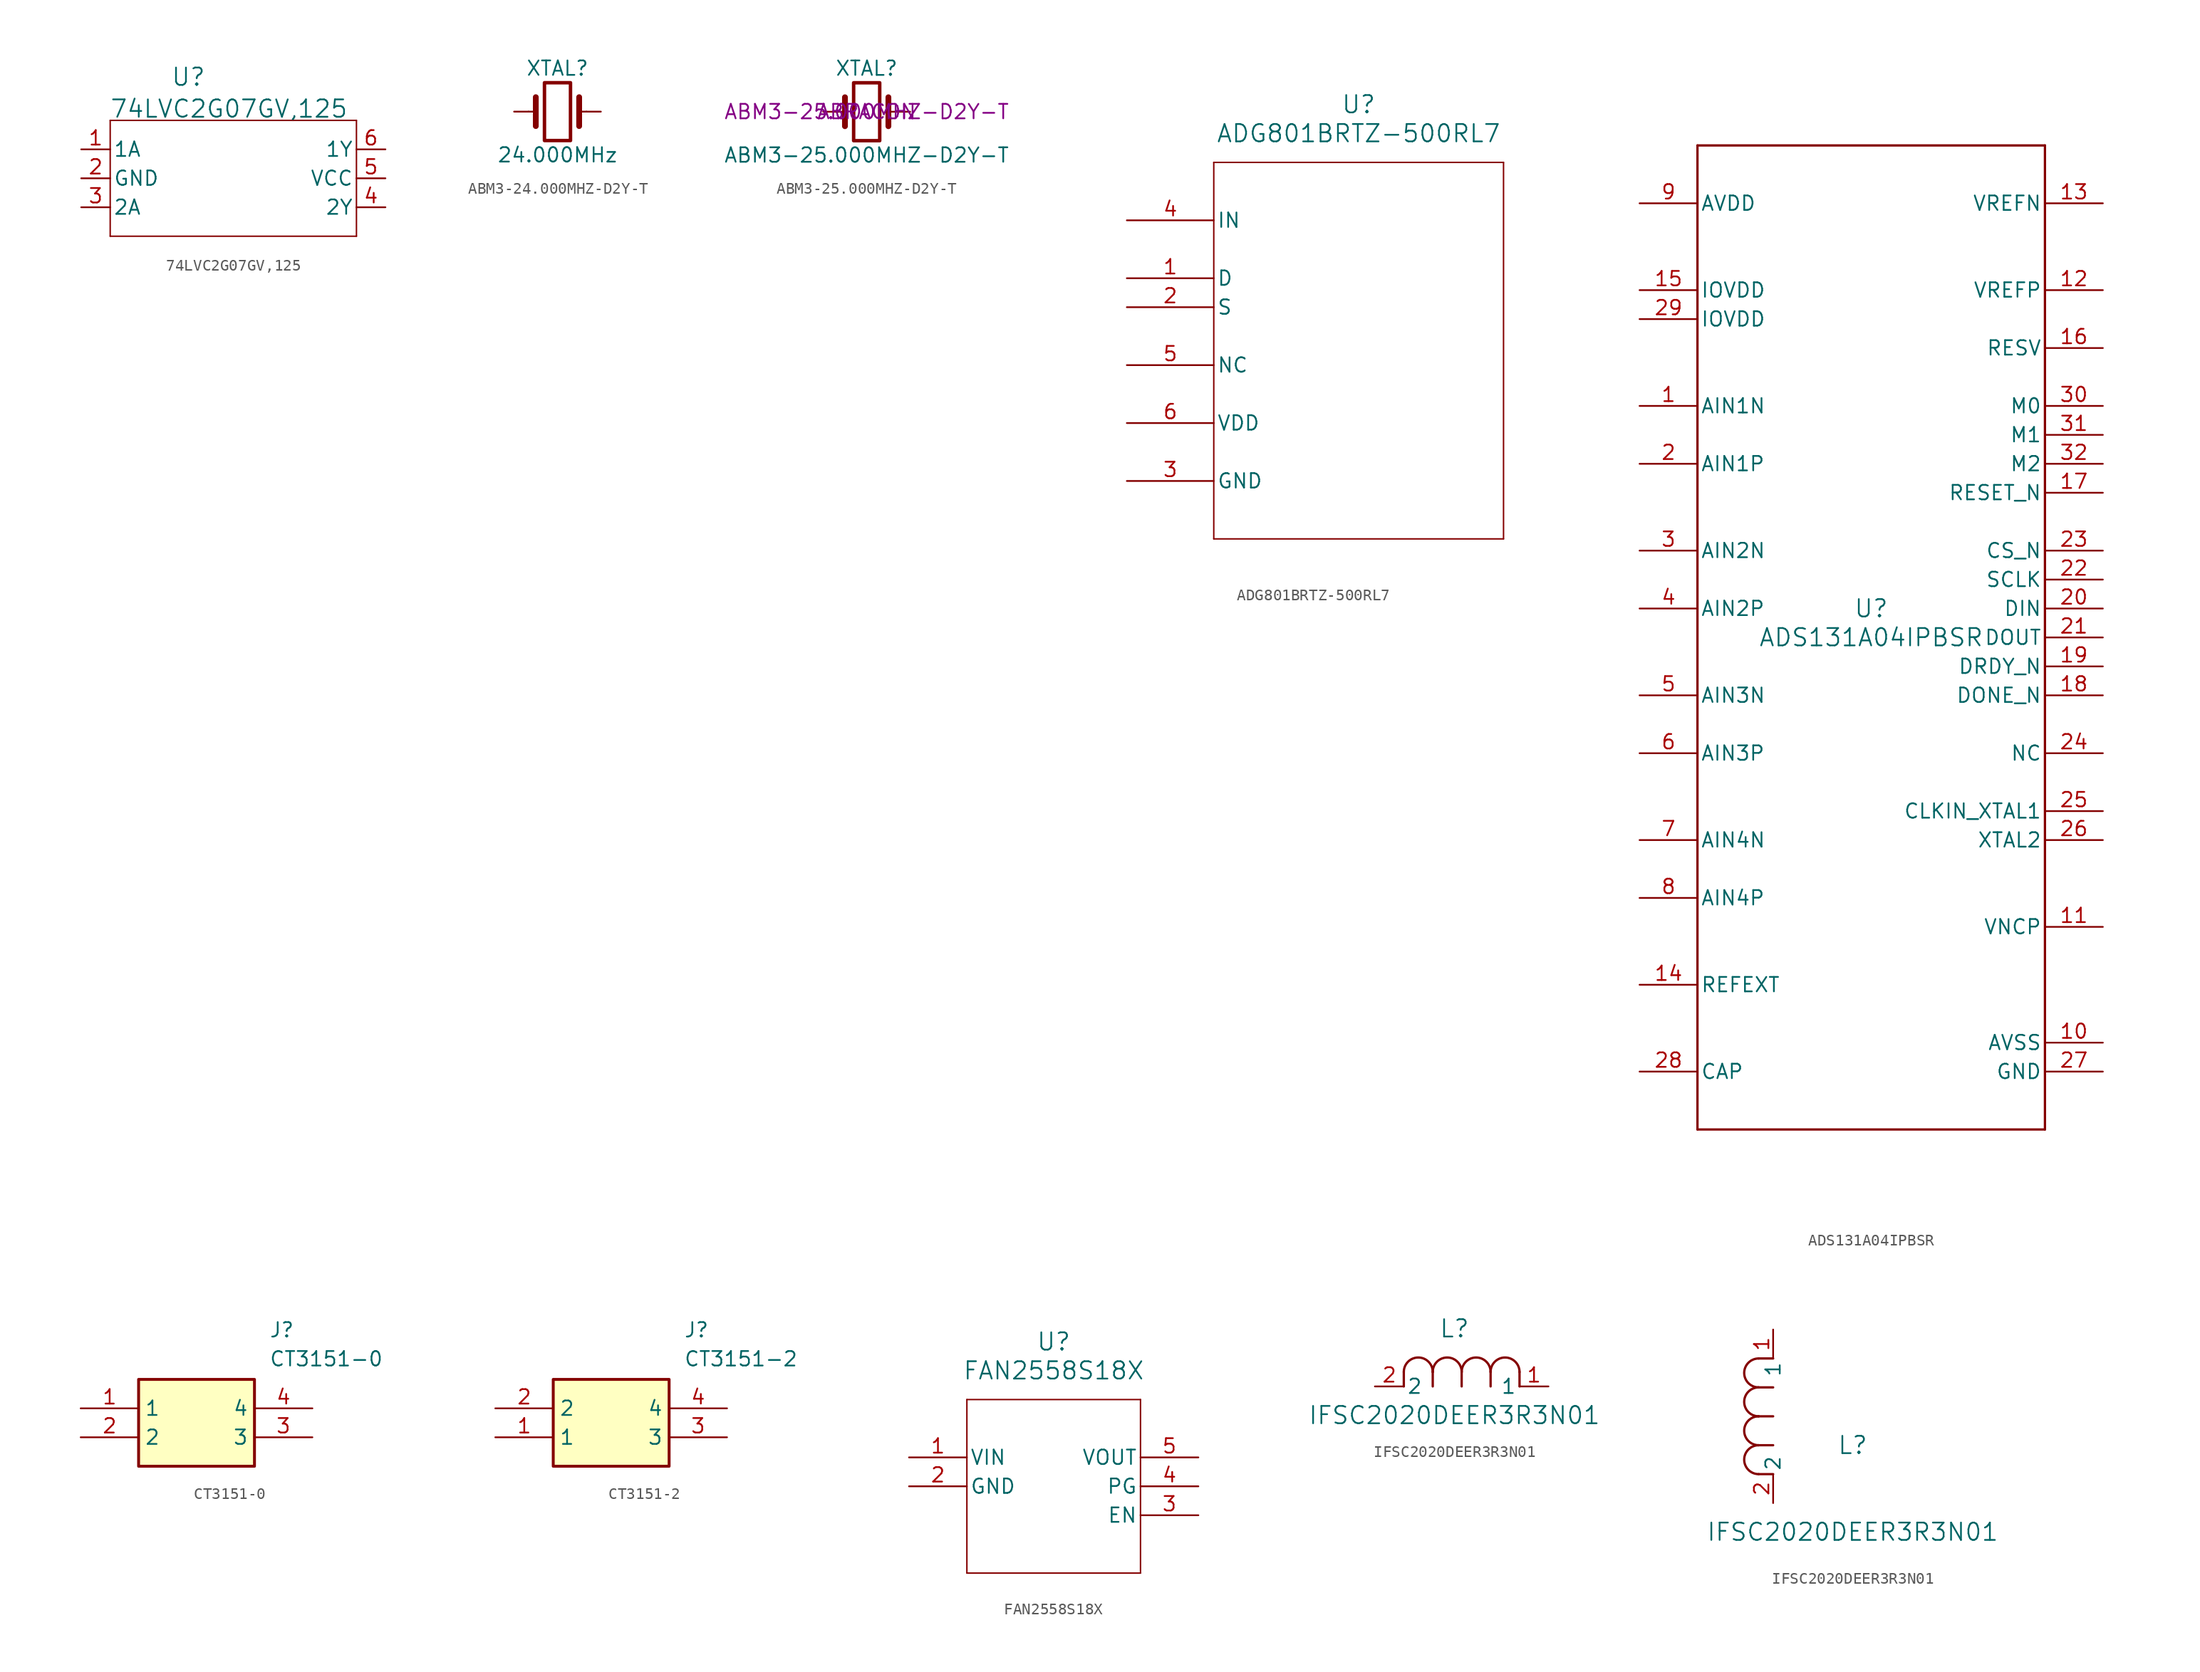
<source format=kicad_sym>
(kicad_symbol_lib
  (version 20241209)
  (generator "kicad_symbol_editor")
  (generator_version "9.0")
  (symbol "74LVC2G07GV,125"
    (pin_names
      (offset 0.254))
    (property "Reference" "U"
      (at 14.478 6.35 0)
      (effects (font (size 1.524 1.524))))
    (property "Value" "74LVC2G07GV,125"
      (at 18.034 3.556 0)
      (effects (font (size 1.524 1.524))))
    (symbol "74LVC2G07GV,125_0_1"
      (polyline (pts (xy 7.62 2.54) (xy 7.62 -7.62)) (stroke (width 0.127) (type default)) (fill (type none)))
      (polyline (pts (xy 7.62 -7.62) (xy 29.21 -7.62)) (stroke (width 0.127) (type default)) (fill (type none)))
      (polyline (pts (xy 29.21 2.54) (xy 7.62 2.54)) (stroke (width 0.127) (type default)) (fill (type none)))
      (polyline (pts (xy 29.21 -7.62) (xy 29.21 2.54)) (stroke (width 0.127) (type default)) (fill (type none)))
      (pin input line (at 5.08 0 0) (length 2.54) (name "1A" (effects (font (size 1.27 1.27)))) (number "1" (effects (font (size 1.27 1.27)))))
      (pin power_out line (at 5.08 -2.54 0) (length 2.54) (name "GND" (effects (font (size 1.27 1.27)))) (number "2" (effects (font (size 1.27 1.27)))))
      (pin input line (at 5.08 -5.08 0) (length 2.54) (name "2A" (effects (font (size 1.27 1.27)))) (number "3" (effects (font (size 1.27 1.27)))))
      (pin output line (at 31.75 0 180) (length 2.54) (name "1Y" (effects (font (size 1.27 1.27)))) (number "6" (effects (font (size 1.27 1.27)))))
      (pin power_in line (at 31.75 -2.54 180) (length 2.54) (name "VCC" (effects (font (size 1.27 1.27)))) (number "5" (effects (font (size 1.27 1.27)))))
      (pin output line (at 31.75 -5.08 180) (length 2.54) (name "2Y" (effects (font (size 1.27 1.27)))) (number "4" (effects (font (size 1.27 1.27)))))))
  (symbol "ABM3-24.000MHZ-D2Y-T"
    (pin_numbers
      (hide yes))
    (pin_names
      (offset 1.016)
      (hide yes))
    (property "Reference" "XTAL"
      (at 0 3.81 0)
      (effects (font (size 1.27 1.27))))
    (property "Value" "24.000MHz"
      (at 0 -3.81 0)
      (effects (font (size 1.27 1.27))))
    (symbol "ABM3-24.000MHZ-D2Y-T_0_1"
      (polyline (pts (xy -2.54 0) (xy -1.905 0)) (stroke (width 0) (type default)) (fill (type none)))
      (polyline (pts (xy -1.905 -1.27) (xy -1.905 1.27)) (stroke (width 0.508) (type default)) (fill (type none)))
      (rectangle (start -1.143 2.54) (end 1.143 -2.54) (stroke (width 0.305) (type default)) (fill (type none)))
      (polyline (pts (xy 1.905 -1.27) (xy 1.905 1.27)) (stroke (width 0.508) (type default)) (fill (type none)))
      (polyline (pts (xy 2.54 0) (xy 1.905 0)) (stroke (width 0) (type default)) (fill (type none))))
    (symbol "ABM3-24.000MHZ-D2Y-T_1_1"
      (pin passive line (at -3.81 0 0) (length 1.27) (name "1" (effects (font (size 1.27 1.27)))) (number "1" (effects (font (size 1.27 1.27)))))
      (pin passive line (at 3.81 0 180) (length 1.27) (name "2" (effects (font (size 1.27 1.27)))) (number "2" (effects (font (size 1.27 1.27)))))))
  (symbol "ABM3-25.000MHZ-D2Y-T"
    (pin_numbers
      (hide yes))
    (pin_names
      (offset 1.016)
      (hide yes))
    (property "Reference" "XTAL"
      (at 0 3.81 0)
      (effects (font (size 1.27 1.27))))
    (property "Value" "ABM3-25.000MHZ-D2Y-T"
      (at 0 -3.81 0)
      (effects (font (size 1.27 1.27))))
    (property "Manufacturer_Name" "ABRACON"
      (at 0 0 0)
      (effects (font (size 1.27 1.27))))
    (property "Manufacturer_Part_Number" "ABM3-25.000MHZ-D2Y-T"
      (at 0 0 0)
      (effects (font (size 1.27 1.27))))
    (symbol "ABM3-25.000MHZ-D2Y-T_0_1"
      (polyline (pts (xy -2.54 0) (xy -1.905 0)) (stroke (width 0) (type default)) (fill (type none)))
      (polyline (pts (xy -1.905 -1.27) (xy -1.905 1.27)) (stroke (width 0.508) (type default)) (fill (type none)))
      (rectangle (start -1.143 2.54) (end 1.143 -2.54) (stroke (width 0.305) (type default)) (fill (type none)))
      (polyline (pts (xy 1.905 -1.27) (xy 1.905 1.27)) (stroke (width 0.508) (type default)) (fill (type none)))
      (polyline (pts (xy 2.54 0) (xy 1.905 0)) (stroke (width 0) (type default)) (fill (type none))))
    (symbol "ABM3-25.000MHZ-D2Y-T_1_1"
      (pin passive line (at -3.81 0 0) (length 1.27) (name "1" (effects (font (size 1.27 1.27)))) (number "1" (effects (font (size 1.27 1.27)))))
      (pin passive line (at 3.81 0 180) (length 1.27) (name "2" (effects (font (size 1.27 1.27)))) (number "2" (effects (font (size 1.27 1.27)))))))
  (symbol "ADG801BRTZ-500RL7"
    (pin_names
      (offset 0.254))
    (property "Reference" "U"
      (at 20.32 10.16 0)
      (effects (font (size 1.524 1.524))))
    (property "Value" "ADG801BRTZ-500RL7"
      (at 20.32 7.62 0)
      (effects (font (size 1.524 1.524))))
    (property "ki_locked" ""
      (at 0 0 0)
      (effects (font (size 1.27 1.27))))
    (symbol "ADG801BRTZ-500RL7_0_1"
      (polyline (pts (xy 7.62 5.08) (xy 7.62 -27.94)) (stroke (width 0.127) (type default)) (fill (type none)))
      (polyline (pts (xy 7.62 -27.94) (xy 33.02 -27.94)) (stroke (width 0.127) (type default)) (fill (type none)))
      (polyline (pts (xy 33.02 5.08) (xy 7.62 5.08)) (stroke (width 0.127) (type default)) (fill (type none)))
      (polyline (pts (xy 33.02 -27.94) (xy 33.02 5.08)) (stroke (width 0.127) (type default)) (fill (type none)))
      (pin unspecified line (at 0 0 0) (length 7.62) (name "IN" (effects (font (size 1.27 1.27)))) (number "4" (effects (font (size 1.27 1.27)))))
      (pin unspecified line (at 0 -5.08 0) (length 7.62) (name "D" (effects (font (size 1.27 1.27)))) (number "1" (effects (font (size 1.27 1.27)))))
      (pin unspecified line (at 0 -7.62 0) (length 7.62) (name "S" (effects (font (size 1.27 1.27)))) (number "2" (effects (font (size 1.27 1.27)))))
      (pin unspecified line (at 0 -12.7 0) (length 7.62) (name "NC" (effects (font (size 1.27 1.27)))) (number "5" (effects (font (size 1.27 1.27)))))
      (pin power_in line (at 0 -17.78 0) (length 7.62) (name "VDD" (effects (font (size 1.27 1.27)))) (number "6" (effects (font (size 1.27 1.27)))))
      (pin unspecified line (at 0 -22.86 0) (length 7.62) (name "GND" (effects (font (size 1.27 1.27)))) (number "3" (effects (font (size 1.27 1.27)))))))
  (symbol "ADS131A04IPBSR"
    (pin_names
      (offset 0.254))
    (property "Reference" "U"
      (at 0 2.54 0)
      (effects (font (size 1.524 1.524))))
    (property "Value" "ADS131A04IPBSR"
      (at 0 0 0)
      (effects (font (size 1.524 1.524))))
    (property "ki_locked" ""
      (at 0 0 0)
      (effects (font (size 1.27 1.27))))
    (symbol "ADS131A04IPBSR_0_1"
      (polyline (pts (xy -15.24 43.18) (xy -15.24 -43.18)) (stroke (width 0.203) (type default)) (fill (type none)))
      (polyline (pts (xy -15.24 -43.18) (xy 15.24 -43.18)) (stroke (width 0.203) (type default)) (fill (type none)))
      (polyline (pts (xy 15.24 43.18) (xy -15.24 43.18)) (stroke (width 0.203) (type default)) (fill (type none)))
      (polyline (pts (xy 15.24 -43.18) (xy 15.24 43.18)) (stroke (width 0.203) (type default)) (fill (type none)))
      (pin power_in line (at -20.32 38.1 0) (length 5.08) (name "AVDD" (effects (font (size 1.27 1.27)))) (number "9" (effects (font (size 1.27 1.27)))))
      (pin power_in line (at -20.32 30.48 0) (length 5.08) (name "IOVDD" (effects (font (size 1.27 1.27)))) (number "15" (effects (font (size 1.27 1.27)))))
      (pin power_in line (at -20.32 27.94 0) (length 5.08) (name "IOVDD" (effects (font (size 1.27 1.27)))) (number "29" (effects (font (size 1.27 1.27)))))
      (pin input line (at -20.32 20.32 0) (length 5.08) (name "AIN1N" (effects (font (size 1.27 1.27)))) (number "1" (effects (font (size 1.27 1.27)))))
      (pin input line (at -20.32 15.24 0) (length 5.08) (name "AIN1P" (effects (font (size 1.27 1.27)))) (number "2" (effects (font (size 1.27 1.27)))))
      (pin input line (at -20.32 7.62 0) (length 5.08) (name "AIN2N" (effects (font (size 1.27 1.27)))) (number "3" (effects (font (size 1.27 1.27)))))
      (pin input line (at -20.32 2.54 0) (length 5.08) (name "AIN2P" (effects (font (size 1.27 1.27)))) (number "4" (effects (font (size 1.27 1.27)))))
      (pin input line (at -20.32 -5.08 0) (length 5.08) (name "AIN3N" (effects (font (size 1.27 1.27)))) (number "5" (effects (font (size 1.27 1.27)))))
      (pin input line (at -20.32 -10.16 0) (length 5.08) (name "AIN3P" (effects (font (size 1.27 1.27)))) (number "6" (effects (font (size 1.27 1.27)))))
      (pin input line (at -20.32 -17.78 0) (length 5.08) (name "AIN4N" (effects (font (size 1.27 1.27)))) (number "7" (effects (font (size 1.27 1.27)))))
      (pin input line (at -20.32 -22.86 0) (length 5.08) (name "AIN4P" (effects (font (size 1.27 1.27)))) (number "8" (effects (font (size 1.27 1.27)))))
      (pin unspecified line (at -20.32 -30.48 0) (length 5.08) (name "REFEXT" (effects (font (size 1.27 1.27)))) (number "14" (effects (font (size 1.27 1.27)))))
      (pin unspecified line (at -20.32 -38.1 0) (length 5.08) (name "CAP" (effects (font (size 1.27 1.27)))) (number "28" (effects (font (size 1.27 1.27)))))
      (pin input line (at 20.32 38.1 180) (length 5.08) (name "VREFN" (effects (font (size 1.27 1.27)))) (number "13" (effects (font (size 1.27 1.27)))))
      (pin input line (at 20.32 30.48 180) (length 5.08) (name "VREFP" (effects (font (size 1.27 1.27)))) (number "12" (effects (font (size 1.27 1.27)))))
      (pin unspecified line (at 20.32 25.4 180) (length 5.08) (name "RESV" (effects (font (size 1.27 1.27)))) (number "16" (effects (font (size 1.27 1.27)))))
      (pin unspecified line (at 20.32 20.32 180) (length 5.08) (name "M0" (effects (font (size 1.27 1.27)))) (number "30" (effects (font (size 1.27 1.27)))))
      (pin unspecified line (at 20.32 17.78 180) (length 5.08) (name "M1" (effects (font (size 1.27 1.27)))) (number "31" (effects (font (size 1.27 1.27)))))
      (pin unspecified line (at 20.32 15.24 180) (length 5.08) (name "M2" (effects (font (size 1.27 1.27)))) (number "32" (effects (font (size 1.27 1.27)))))
      (pin input line (at 20.32 12.7 180) (length 5.08) (name "RESET_N" (effects (font (size 1.27 1.27)))) (number "17" (effects (font (size 1.27 1.27)))))
      (pin input line (at 20.32 7.62 180) (length 5.08) (name "CS_N" (effects (font (size 1.27 1.27)))) (number "23" (effects (font (size 1.27 1.27)))))
      (pin bidirectional line (at 20.32 5.08 180) (length 5.08) (name "SCLK" (effects (font (size 1.27 1.27)))) (number "22" (effects (font (size 1.27 1.27)))))
      (pin input line (at 20.32 2.54 180) (length 5.08) (name "DIN" (effects (font (size 1.27 1.27)))) (number "20" (effects (font (size 1.27 1.27)))))
      (pin output line (at 20.32 0 180) (length 5.08) (name "DOUT" (effects (font (size 1.27 1.27)))) (number "21" (effects (font (size 1.27 1.27)))))
      (pin bidirectional line (at 20.32 -2.54 180) (length 5.08) (name "DRDY_N" (effects (font (size 1.27 1.27)))) (number "19" (effects (font (size 1.27 1.27)))))
      (pin output line (at 20.32 -5.08 180) (length 5.08) (name "DONE_N" (effects (font (size 1.27 1.27)))) (number "18" (effects (font (size 1.27 1.27)))))
      (pin unspecified line (at 20.32 -10.16 180) (length 5.08) (name "NC" (effects (font (size 1.27 1.27)))) (number "24" (effects (font (size 1.27 1.27)))))
      (pin input line (at 20.32 -15.24 180) (length 5.08) (name "CLKIN_XTAL1" (effects (font (size 1.27 1.27)))) (number "25" (effects (font (size 1.27 1.27)))))
      (pin output line (at 20.32 -17.78 180) (length 5.08) (name "XTAL2" (effects (font (size 1.27 1.27)))) (number "26" (effects (font (size 1.27 1.27)))))
      (pin power_in line (at 20.32 -25.4 180) (length 5.08) (name "VNCP" (effects (font (size 1.27 1.27)))) (number "11" (effects (font (size 1.27 1.27)))))
      (pin power_in line (at 20.32 -35.56 180) (length 5.08) (name "AVSS" (effects (font (size 1.27 1.27)))) (number "10" (effects (font (size 1.27 1.27)))))
      (pin power_in line (at 20.32 -38.1 180) (length 5.08) (name "GND" (effects (font (size 1.27 1.27)))) (number "27" (effects (font (size 1.27 1.27)))))))
  (symbol "CT3151-0"
    (property "Reference" "J"
      (at 16.51 7.62 0)
      (effects (font (size 1.27 1.27)) (justify left top)))
    (property "Value" "CT3151-0"
      (at 16.51 5.08 0)
      (effects (font (size 1.27 1.27)) (justify left top)))
    (symbol "CT3151-0_1_1"
      (rectangle (start 5.08 2.54) (end 15.24 -5.08) (stroke (width 0.254) (type default)) (fill (type background)))
      (pin passive line (at 0 0 0) (length 5.08) (name "1" (effects (font (size 1.27 1.27)))) (number "1" (effects (font (size 1.27 1.27)))))
      (pin passive line (at 0 -2.54 0) (length 5.08) (name "2" (effects (font (size 1.27 1.27)))) (number "2" (effects (font (size 1.27 1.27)))))
      (pin passive line (at 20.32 0 180) (length 5.08) (name "4" (effects (font (size 1.27 1.27)))) (number "4" (effects (font (size 1.27 1.27)))))
      (pin passive line (at 20.32 -2.54 180) (length 5.08) (name "3" (effects (font (size 1.27 1.27)))) (number "3" (effects (font (size 1.27 1.27)))))))
  (symbol "CT3151-2"
    (property "Reference" "J"
      (at 16.51 7.62 0)
      (effects (font (size 1.27 1.27)) (justify left top)))
    (property "Value" "CT3151-2"
      (at 16.51 5.08 0)
      (effects (font (size 1.27 1.27)) (justify left top)))
    (symbol "CT3151-2_1_1"
      (rectangle (start 5.08 2.54) (end 15.24 -5.08) (stroke (width 0.254) (type default)) (fill (type background)))
      (pin passive line (at 0 0 0) (length 5.08) (name "2" (effects (font (size 1.27 1.27)))) (number "2" (effects (font (size 1.27 1.27)))))
      (pin passive line (at 0 -2.54 0) (length 5.08) (name "1" (effects (font (size 1.27 1.27)))) (number "1" (effects (font (size 1.27 1.27)))))
      (pin passive line (at 20.32 0 180) (length 5.08) (name "4" (effects (font (size 1.27 1.27)))) (number "4" (effects (font (size 1.27 1.27)))))
      (pin passive line (at 20.32 -2.54 180) (length 5.08) (name "3" (effects (font (size 1.27 1.27)))) (number "3" (effects (font (size 1.27 1.27)))))))
  (symbol "FAN2558S18X"
    (pin_names
      (offset 0.254))
    (property "Reference" "U"
      (at 20.32 10.16 0)
      (effects (font (size 1.524 1.524))))
    (property "Value" "FAN2558S18X"
      (at 20.32 7.62 0)
      (effects (font (size 1.524 1.524))))
    (symbol "FAN2558S18X_0_1"
      (polyline (pts (xy 12.7 5.08) (xy 12.7 -10.16)) (stroke (width 0.127) (type default)) (fill (type none)))
      (polyline (pts (xy 12.7 -10.16) (xy 27.94 -10.16)) (stroke (width 0.127) (type default)) (fill (type none)))
      (polyline (pts (xy 27.94 5.08) (xy 12.7 5.08)) (stroke (width 0.127) (type default)) (fill (type none)))
      (polyline (pts (xy 27.94 -10.16) (xy 27.94 5.08)) (stroke (width 0.127) (type default)) (fill (type none)))
      (pin unspecified line (at 7.62 0 0) (length 5.08) (name "VIN" (effects (font (size 1.27 1.27)))) (number "1" (effects (font (size 1.27 1.27)))))
      (pin power_out line (at 7.62 -2.54 0) (length 5.08) (name "GND" (effects (font (size 1.27 1.27)))) (number "2" (effects (font (size 1.27 1.27)))))
      (pin output line (at 33.02 0 180) (length 5.08) (name "VOUT" (effects (font (size 1.27 1.27)))) (number "5" (effects (font (size 1.27 1.27)))))
      (pin unspecified line (at 33.02 -2.54 180) (length 5.08) (name "PG" (effects (font (size 1.27 1.27)))) (number "4" (effects (font (size 1.27 1.27)))))
      (pin unspecified line (at 33.02 -5.08 180) (length 5.08) (name "EN" (effects (font (size 1.27 1.27)))) (number "3" (effects (font (size 1.27 1.27)))))))
  (symbol "IFSC2020DEER3R3N01"
    (pin_names
      (offset 0.254))
    (property "Reference" "L"
      (at 6.985 5.08 0)
      (effects (font (size 1.524 1.524))))
    (property "Value" "IFSC2020DEER3R3N01"
      (at 6.985 -2.54 0)
      (effects (font (size 1.524 1.524))))
    (symbol "IFSC2020DEER3R3N01_1_1"
      (polyline (pts (xy 2.54 0) (xy 2.54 1.27)) (stroke (width 0.203) (type default)) (fill (type none)))
      (arc (start 2.54 1.27) (mid 3.81 2.5344) (end 5.08 1.27) (stroke (width 0.2032) (type default)) (fill (type none)))
      (polyline (pts (xy 5.08 0) (xy 5.08 1.27)) (stroke (width 0.203) (type default)) (fill (type none)))
      (arc (start 5.08 1.27) (mid 6.35 2.5344) (end 7.62 1.27) (stroke (width 0.2032) (type default)) (fill (type none)))
      (polyline (pts (xy 7.62 0) (xy 7.62 1.27)) (stroke (width 0.203) (type default)) (fill (type none)))
      (arc (start 7.62 1.27) (mid 8.89 2.5344) (end 10.16 1.27) (stroke (width 0.2032) (type default)) (fill (type none)))
      (polyline (pts (xy 10.16 0) (xy 10.16 1.27)) (stroke (width 0.203) (type default)) (fill (type none)))
      (arc (start 10.16 1.27) (mid 11.43 2.5344) (end 12.7 1.27) (stroke (width 0.2032) (type default)) (fill (type none)))
      (polyline (pts (xy 12.7 0) (xy 12.7 1.27)) (stroke (width 0.203) (type default)) (fill (type none)))
      (pin unspecified line (at 0 0 0) (length 2.54) (name "2" (effects (font (size 1.27 1.27)))) (number "2" (effects (font (size 1.27 1.27)))))
      (pin unspecified line (at 15.24 0 180) (length 2.54) (name "1" (effects (font (size 1.27 1.27)))) (number "1" (effects (font (size 1.27 1.27))))))
    (symbol "IFSC2020DEER3R3N01_1_2"
      (arc (start -1.27 10.16) (mid -2.5344 11.43) (end -1.27 12.7) (stroke (width 0.2032) (type default)) (fill (type none)))
      (arc (start -1.27 7.62) (mid -2.5344 8.89) (end -1.27 10.16) (stroke (width 0.2032) (type default)) (fill (type none)))
      (arc (start -1.27 5.08) (mid -2.5344 6.35) (end -1.27 7.62) (stroke (width 0.2032) (type default)) (fill (type none)))
      (arc (start -1.27 2.54) (mid -2.5344 3.81) (end -1.27 5.08) (stroke (width 0.2032) (type default)) (fill (type none)))
      (polyline (pts (xy 0 12.7) (xy -1.27 12.7)) (stroke (width 0.203) (type default)) (fill (type none)))
      (polyline (pts (xy 0 10.16) (xy -1.27 10.16)) (stroke (width 0.203) (type default)) (fill (type none)))
      (polyline (pts (xy 0 7.62) (xy -1.27 7.62)) (stroke (width 0.203) (type default)) (fill (type none)))
      (polyline (pts (xy 0 5.08) (xy -1.27 5.08)) (stroke (width 0.203) (type default)) (fill (type none)))
      (polyline (pts (xy 0 2.54) (xy -1.27 2.54)) (stroke (width 0.203) (type default)) (fill (type none)))
      (pin unspecified line (at 0 15.24 270) (length 2.54) (name "1" (effects (font (size 1.27 1.27)))) (number "1" (effects (font (size 1.27 1.27)))))
      (pin unspecified line (at 0 0 90) (length 2.54) (name "2" (effects (font (size 1.27 1.27)))) (number "2" (effects (font (size 1.27 1.27))))))))
</source>
